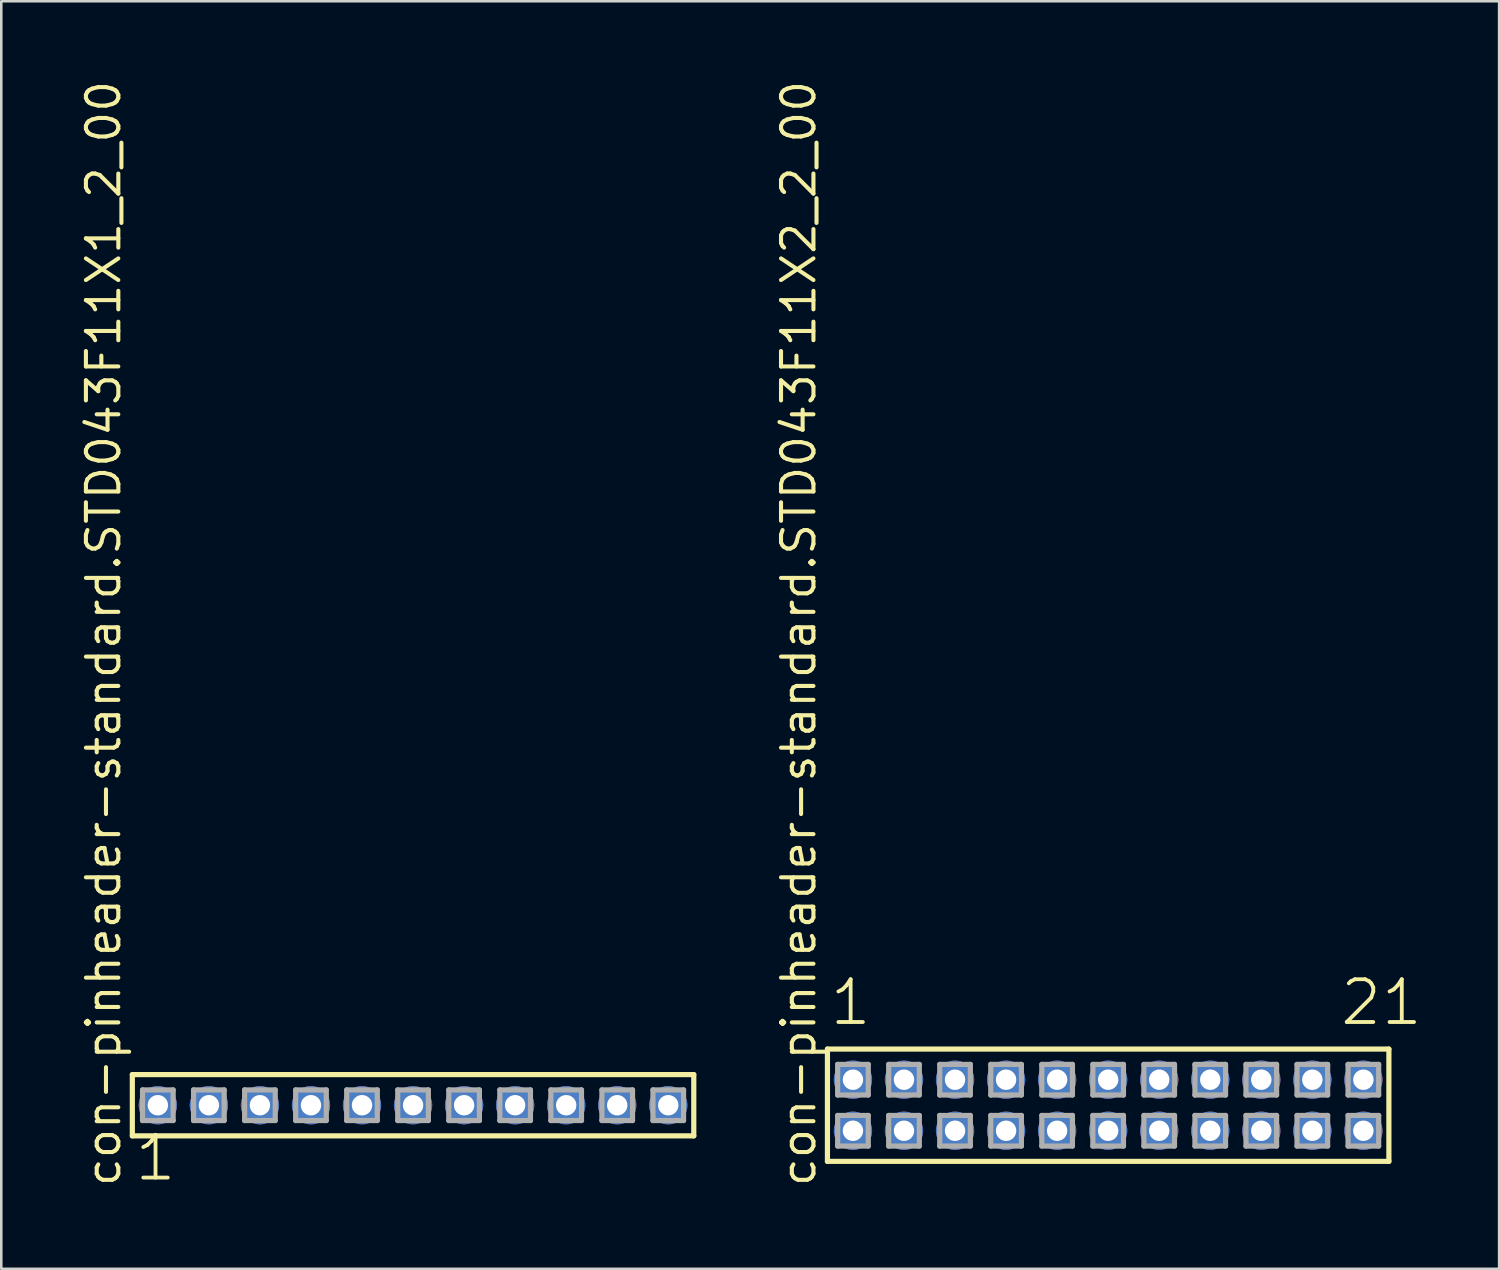
<source format=kicad_pcb>
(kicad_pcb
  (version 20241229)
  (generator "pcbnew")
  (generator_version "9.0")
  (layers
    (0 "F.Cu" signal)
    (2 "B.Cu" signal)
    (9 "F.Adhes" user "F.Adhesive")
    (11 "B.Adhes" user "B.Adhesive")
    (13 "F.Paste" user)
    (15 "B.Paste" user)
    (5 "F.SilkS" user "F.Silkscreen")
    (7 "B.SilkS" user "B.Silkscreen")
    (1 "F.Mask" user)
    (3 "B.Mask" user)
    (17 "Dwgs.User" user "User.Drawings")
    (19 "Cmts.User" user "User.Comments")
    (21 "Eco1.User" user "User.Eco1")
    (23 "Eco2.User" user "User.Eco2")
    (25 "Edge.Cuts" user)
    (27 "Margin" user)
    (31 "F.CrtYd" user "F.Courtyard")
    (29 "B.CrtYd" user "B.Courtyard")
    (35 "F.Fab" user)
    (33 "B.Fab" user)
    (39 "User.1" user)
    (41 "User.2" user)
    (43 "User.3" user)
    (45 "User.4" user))
  (footprint "con-pinheader-standard.STD043F11X1_2_00"
    (layer "F.Cu")
    (at 13.135 40.257)
    (property "Reference" "con-pinheader-standard.STD043F11X1_2_00" (at -11.385 3.27 90) (layer "F.SilkS") (effects (font (size 1.27 1.27) (thickness 0.16)) (justify left bottom)))
    (attr through_hole)
    (fp_line (start -11 -1.2) (end 11 -1.2) (stroke (width 0.203) (type default)) (layer "F.SilkS"))
    (fp_line (start -11 1.2) (end -11 -1.2) (stroke (width 0.203) (type default)) (layer "F.SilkS"))
    (fp_line (start 11 -1.2) (end 11 1.2) (stroke (width 0.203) (type default)) (layer "F.SilkS"))
    (fp_line (start 11 1.2) (end -11 1.2) (stroke (width 0.203) (type default)) (layer "F.SilkS"))
    (fp_line (start -10.6 -0.6) (end -9.4 -0.6) (stroke (width 0.203) (type default)) (layer "F.Fab"))
    (fp_line (start -10.6 0.6) (end -10.6 -0.6) (stroke (width 0.203) (type default)) (layer "F.Fab"))
    (fp_line (start -9.4 -0.6) (end -9.4 0.6) (stroke (width 0.203) (type default)) (layer "F.Fab"))
    (fp_line (start -9.4 0.6) (end -10.6 0.6) (stroke (width 0.203) (type default)) (layer "F.Fab"))
    (fp_line (start -8.6 -0.6) (end -7.4 -0.6) (stroke (width 0.203) (type default)) (layer "F.Fab"))
    (fp_line (start -8.6 0.6) (end -8.6 -0.6) (stroke (width 0.203) (type default)) (layer "F.Fab"))
    (fp_line (start -7.4 -0.6) (end -7.4 0.6) (stroke (width 0.203) (type default)) (layer "F.Fab"))
    (fp_line (start -7.4 0.6) (end -8.6 0.6) (stroke (width 0.203) (type default)) (layer "F.Fab"))
    (fp_line (start -6.6 -0.6) (end -5.4 -0.6) (stroke (width 0.203) (type default)) (layer "F.Fab"))
    (fp_line (start -6.6 0.6) (end -6.6 -0.6) (stroke (width 0.203) (type default)) (layer "F.Fab"))
    (fp_line (start -5.4 -0.6) (end -5.4 0.6) (stroke (width 0.203) (type default)) (layer "F.Fab"))
    (fp_line (start -5.4 0.6) (end -6.6 0.6) (stroke (width 0.203) (type default)) (layer "F.Fab"))
    (fp_line (start -4.6 -0.6) (end -3.4 -0.6) (stroke (width 0.203) (type default)) (layer "F.Fab"))
    (fp_line (start -4.6 0.6) (end -4.6 -0.6) (stroke (width 0.203) (type default)) (layer "F.Fab"))
    (fp_line (start -3.4 -0.6) (end -3.4 0.6) (stroke (width 0.203) (type default)) (layer "F.Fab"))
    (fp_line (start -3.4 0.6) (end -4.6 0.6) (stroke (width 0.203) (type default)) (layer "F.Fab"))
    (fp_line (start -2.6 -0.6) (end -1.4 -0.6) (stroke (width 0.203) (type default)) (layer "F.Fab"))
    (fp_line (start -2.6 0.6) (end -2.6 -0.6) (stroke (width 0.203) (type default)) (layer "F.Fab"))
    (fp_line (start -1.4 -0.6) (end -1.4 0.6) (stroke (width 0.203) (type default)) (layer "F.Fab"))
    (fp_line (start -1.4 0.6) (end -2.6 0.6) (stroke (width 0.203) (type default)) (layer "F.Fab"))
    (fp_line (start -0.6 -0.6) (end 0.6 -0.6) (stroke (width 0.203) (type default)) (layer "F.Fab"))
    (fp_line (start -0.6 0.6) (end -0.6 -0.6) (stroke (width 0.203) (type default)) (layer "F.Fab"))
    (fp_line (start 0.6 -0.6) (end 0.6 0.6) (stroke (width 0.203) (type default)) (layer "F.Fab"))
    (fp_line (start 0.6 0.6) (end -0.6 0.6) (stroke (width 0.203) (type default)) (layer "F.Fab"))
    (fp_line (start 1.4 -0.6) (end 2.6 -0.6) (stroke (width 0.203) (type default)) (layer "F.Fab"))
    (fp_line (start 1.4 0.6) (end 1.4 -0.6) (stroke (width 0.203) (type default)) (layer "F.Fab"))
    (fp_line (start 2.6 -0.6) (end 2.6 0.6) (stroke (width 0.203) (type default)) (layer "F.Fab"))
    (fp_line (start 2.6 0.6) (end 1.4 0.6) (stroke (width 0.203) (type default)) (layer "F.Fab"))
    (fp_line (start 3.4 -0.6) (end 4.6 -0.6) (stroke (width 0.203) (type default)) (layer "F.Fab"))
    (fp_line (start 3.4 0.6) (end 3.4 -0.6) (stroke (width 0.203) (type default)) (layer "F.Fab"))
    (fp_line (start 4.6 -0.6) (end 4.6 0.6) (stroke (width 0.203) (type default)) (layer "F.Fab"))
    (fp_line (start 4.6 0.6) (end 3.4 0.6) (stroke (width 0.203) (type default)) (layer "F.Fab"))
    (fp_line (start 5.4 -0.6) (end 6.6 -0.6) (stroke (width 0.203) (type default)) (layer "F.Fab"))
    (fp_line (start 5.4 0.6) (end 5.4 -0.6) (stroke (width 0.203) (type default)) (layer "F.Fab"))
    (fp_line (start 6.6 -0.6) (end 6.6 0.6) (stroke (width 0.203) (type default)) (layer "F.Fab"))
    (fp_line (start 6.6 0.6) (end 5.4 0.6) (stroke (width 0.203) (type default)) (layer "F.Fab"))
    (fp_line (start 7.4 -0.6) (end 8.6 -0.6) (stroke (width 0.203) (type default)) (layer "F.Fab"))
    (fp_line (start 7.4 0.6) (end 7.4 -0.6) (stroke (width 0.203) (type default)) (layer "F.Fab"))
    (fp_line (start 8.6 -0.6) (end 8.6 0.6) (stroke (width 0.203) (type default)) (layer "F.Fab"))
    (fp_line (start 8.6 0.6) (end 7.4 0.6) (stroke (width 0.203) (type default)) (layer "F.Fab"))
    (fp_line (start 9.4 -0.6) (end 10.6 -0.6) (stroke (width 0.203) (type default)) (layer "F.Fab"))
    (fp_line (start 9.4 0.6) (end 9.4 -0.6) (stroke (width 0.203) (type default)) (layer "F.Fab"))
    (fp_line (start 10.6 -0.6) (end 10.6 0.6) (stroke (width 0.203) (type default)) (layer "F.Fab"))
    (fp_line (start 10.6 0.6) (end 9.4 0.6) (stroke (width 0.203) (type default)) (layer "F.Fab"))
    (fp_text user "1" (at -10.988 3.048 0) (layer "F.SilkS") (effects (font (size 1.676 1.676) (thickness 0.15)) (justify left bottom)))
    (pad "1" thru_hole circle (at -10 0) (size 1.5 1.5) (drill 0.8) (layers "*.Cu" "*.Mask"))
    (pad "2" thru_hole circle (at -8 0) (size 1.5 1.5) (drill 0.8) (layers "*.Cu" "*.Mask"))
    (pad "3" thru_hole circle (at -6 0) (size 1.5 1.5) (drill 0.8) (layers "*.Cu" "*.Mask"))
    (pad "4" thru_hole circle (at -4 0) (size 1.5 1.5) (drill 0.8) (layers "*.Cu" "*.Mask"))
    (pad "5" thru_hole circle (at -2 0) (size 1.5 1.5) (drill 0.8) (layers "*.Cu" "*.Mask"))
    (pad "6" thru_hole circle (at 0 0) (size 1.5 1.5) (drill 0.8) (layers "*.Cu" "*.Mask"))
    (pad "7" thru_hole circle (at 2 0) (size 1.5 1.5) (drill 0.8) (layers "*.Cu" "*.Mask"))
    (pad "8" thru_hole circle (at 4 0) (size 1.5 1.5) (drill 0.8) (layers "*.Cu" "*.Mask"))
    (pad "9" thru_hole circle (at 6 0) (size 1.5 1.5) (drill 0.8) (layers "*.Cu" "*.Mask"))
    (pad "10" thru_hole circle (at 8 0) (size 1.5 1.5) (drill 0.8) (layers "*.Cu" "*.Mask"))
    (pad "11" thru_hole circle (at 10 0) (size 1.5 1.5) (drill 0.8) (layers "*.Cu" "*.Mask")))
  (footprint "con-pinheader-standard.STD043F11X2_2_00"
    (layer "F.Cu")
    (at 40.372 40.257)
    (property "Reference" "con-pinheader-standard.STD043F11X2_2_00" (at -11.385 3.27 90) (layer "F.SilkS") (effects (font (size 1.27 1.27) (thickness 0.16)) (justify left bottom)))
    (attr through_hole)
    (fp_line (start -11 -2.2) (end 11 -2.2) (stroke (width 0.203) (type default)) (layer "F.SilkS"))
    (fp_line (start -11 2.2) (end -11 -2.2) (stroke (width 0.203) (type default)) (layer "F.SilkS"))
    (fp_line (start 11 -2.2) (end 11 2.2) (stroke (width 0.203) (type default)) (layer "F.SilkS"))
    (fp_line (start 11 2.2) (end -11 2.2) (stroke (width 0.203) (type default)) (layer "F.SilkS"))
    (fp_line (start -10.6 -1.6) (end -9.4 -1.6) (stroke (width 0.203) (type default)) (layer "F.Fab"))
    (fp_line (start -10.6 -0.4) (end -10.6 -1.6) (stroke (width 0.203) (type default)) (layer "F.Fab"))
    (fp_line (start -10.6 0.4) (end -9.4 0.4) (stroke (width 0.203) (type default)) (layer "F.Fab"))
    (fp_line (start -10.6 1.6) (end -10.6 0.4) (stroke (width 0.203) (type default)) (layer "F.Fab"))
    (fp_line (start -9.4 -1.6) (end -9.4 -0.4) (stroke (width 0.203) (type default)) (layer "F.Fab"))
    (fp_line (start -9.4 -0.4) (end -10.6 -0.4) (stroke (width 0.203) (type default)) (layer "F.Fab"))
    (fp_line (start -9.4 0.4) (end -9.4 1.6) (stroke (width 0.203) (type default)) (layer "F.Fab"))
    (fp_line (start -9.4 1.6) (end -10.6 1.6) (stroke (width 0.203) (type default)) (layer "F.Fab"))
    (fp_line (start -8.6 -1.6) (end -7.4 -1.6) (stroke (width 0.203) (type default)) (layer "F.Fab"))
    (fp_line (start -8.6 -0.4) (end -8.6 -1.6) (stroke (width 0.203) (type default)) (layer "F.Fab"))
    (fp_line (start -8.6 0.4) (end -7.4 0.4) (stroke (width 0.203) (type default)) (layer "F.Fab"))
    (fp_line (start -8.6 1.6) (end -8.6 0.4) (stroke (width 0.203) (type default)) (layer "F.Fab"))
    (fp_line (start -7.4 -1.6) (end -7.4 -0.4) (stroke (width 0.203) (type default)) (layer "F.Fab"))
    (fp_line (start -7.4 -0.4) (end -8.6 -0.4) (stroke (width 0.203) (type default)) (layer "F.Fab"))
    (fp_line (start -7.4 0.4) (end -7.4 1.6) (stroke (width 0.203) (type default)) (layer "F.Fab"))
    (fp_line (start -7.4 1.6) (end -8.6 1.6) (stroke (width 0.203) (type default)) (layer "F.Fab"))
    (fp_line (start -6.6 -1.6) (end -5.4 -1.6) (stroke (width 0.203) (type default)) (layer "F.Fab"))
    (fp_line (start -6.6 -0.4) (end -6.6 -1.6) (stroke (width 0.203) (type default)) (layer "F.Fab"))
    (fp_line (start -6.6 0.4) (end -5.4 0.4) (stroke (width 0.203) (type default)) (layer "F.Fab"))
    (fp_line (start -6.6 1.6) (end -6.6 0.4) (stroke (width 0.203) (type default)) (layer "F.Fab"))
    (fp_line (start -5.4 -1.6) (end -5.4 -0.4) (stroke (width 0.203) (type default)) (layer "F.Fab"))
    (fp_line (start -5.4 -0.4) (end -6.6 -0.4) (stroke (width 0.203) (type default)) (layer "F.Fab"))
    (fp_line (start -5.4 0.4) (end -5.4 1.6) (stroke (width 0.203) (type default)) (layer "F.Fab"))
    (fp_line (start -5.4 1.6) (end -6.6 1.6) (stroke (width 0.203) (type default)) (layer "F.Fab"))
    (fp_line (start -4.6 -1.6) (end -3.4 -1.6) (stroke (width 0.203) (type default)) (layer "F.Fab"))
    (fp_line (start -4.6 -0.4) (end -4.6 -1.6) (stroke (width 0.203) (type default)) (layer "F.Fab"))
    (fp_line (start -4.6 0.4) (end -3.4 0.4) (stroke (width 0.203) (type default)) (layer "F.Fab"))
    (fp_line (start -4.6 1.6) (end -4.6 0.4) (stroke (width 0.203) (type default)) (layer "F.Fab"))
    (fp_line (start -3.4 -1.6) (end -3.4 -0.4) (stroke (width 0.203) (type default)) (layer "F.Fab"))
    (fp_line (start -3.4 -0.4) (end -4.6 -0.4) (stroke (width 0.203) (type default)) (layer "F.Fab"))
    (fp_line (start -3.4 0.4) (end -3.4 1.6) (stroke (width 0.203) (type default)) (layer "F.Fab"))
    (fp_line (start -3.4 1.6) (end -4.6 1.6) (stroke (width 0.203) (type default)) (layer "F.Fab"))
    (fp_line (start -2.6 -1.6) (end -1.4 -1.6) (stroke (width 0.203) (type default)) (layer "F.Fab"))
    (fp_line (start -2.6 -0.4) (end -2.6 -1.6) (stroke (width 0.203) (type default)) (layer "F.Fab"))
    (fp_line (start -2.6 0.4) (end -1.4 0.4) (stroke (width 0.203) (type default)) (layer "F.Fab"))
    (fp_line (start -2.6 1.6) (end -2.6 0.4) (stroke (width 0.203) (type default)) (layer "F.Fab"))
    (fp_line (start -1.4 -1.6) (end -1.4 -0.4) (stroke (width 0.203) (type default)) (layer "F.Fab"))
    (fp_line (start -1.4 -0.4) (end -2.6 -0.4) (stroke (width 0.203) (type default)) (layer "F.Fab"))
    (fp_line (start -1.4 0.4) (end -1.4 1.6) (stroke (width 0.203) (type default)) (layer "F.Fab"))
    (fp_line (start -1.4 1.6) (end -2.6 1.6) (stroke (width 0.203) (type default)) (layer "F.Fab"))
    (fp_line (start -0.6 -1.6) (end 0.6 -1.6) (stroke (width 0.203) (type default)) (layer "F.Fab"))
    (fp_line (start -0.6 -0.4) (end -0.6 -1.6) (stroke (width 0.203) (type default)) (layer "F.Fab"))
    (fp_line (start -0.6 0.4) (end 0.6 0.4) (stroke (width 0.203) (type default)) (layer "F.Fab"))
    (fp_line (start -0.6 1.6) (end -0.6 0.4) (stroke (width 0.203) (type default)) (layer "F.Fab"))
    (fp_line (start 0.6 -1.6) (end 0.6 -0.4) (stroke (width 0.203) (type default)) (layer "F.Fab"))
    (fp_line (start 0.6 -0.4) (end -0.6 -0.4) (stroke (width 0.203) (type default)) (layer "F.Fab"))
    (fp_line (start 0.6 0.4) (end 0.6 1.6) (stroke (width 0.203) (type default)) (layer "F.Fab"))
    (fp_line (start 0.6 1.6) (end -0.6 1.6) (stroke (width 0.203) (type default)) (layer "F.Fab"))
    (fp_line (start 1.4 -1.6) (end 2.6 -1.6) (stroke (width 0.203) (type default)) (layer "F.Fab"))
    (fp_line (start 1.4 -0.4) (end 1.4 -1.6) (stroke (width 0.203) (type default)) (layer "F.Fab"))
    (fp_line (start 1.4 0.4) (end 2.6 0.4) (stroke (width 0.203) (type default)) (layer "F.Fab"))
    (fp_line (start 1.4 1.6) (end 1.4 0.4) (stroke (width 0.203) (type default)) (layer "F.Fab"))
    (fp_line (start 2.6 -1.6) (end 2.6 -0.4) (stroke (width 0.203) (type default)) (layer "F.Fab"))
    (fp_line (start 2.6 -0.4) (end 1.4 -0.4) (stroke (width 0.203) (type default)) (layer "F.Fab"))
    (fp_line (start 2.6 0.4) (end 2.6 1.6) (stroke (width 0.203) (type default)) (layer "F.Fab"))
    (fp_line (start 2.6 1.6) (end 1.4 1.6) (stroke (width 0.203) (type default)) (layer "F.Fab"))
    (fp_line (start 3.4 -1.6) (end 4.6 -1.6) (stroke (width 0.203) (type default)) (layer "F.Fab"))
    (fp_line (start 3.4 -0.4) (end 3.4 -1.6) (stroke (width 0.203) (type default)) (layer "F.Fab"))
    (fp_line (start 3.4 0.4) (end 4.6 0.4) (stroke (width 0.203) (type default)) (layer "F.Fab"))
    (fp_line (start 3.4 1.6) (end 3.4 0.4) (stroke (width 0.203) (type default)) (layer "F.Fab"))
    (fp_line (start 4.6 -1.6) (end 4.6 -0.4) (stroke (width 0.203) (type default)) (layer "F.Fab"))
    (fp_line (start 4.6 -0.4) (end 3.4 -0.4) (stroke (width 0.203) (type default)) (layer "F.Fab"))
    (fp_line (start 4.6 0.4) (end 4.6 1.6) (stroke (width 0.203) (type default)) (layer "F.Fab"))
    (fp_line (start 4.6 1.6) (end 3.4 1.6) (stroke (width 0.203) (type default)) (layer "F.Fab"))
    (fp_line (start 5.4 -1.6) (end 6.6 -1.6) (stroke (width 0.203) (type default)) (layer "F.Fab"))
    (fp_line (start 5.4 -0.4) (end 5.4 -1.6) (stroke (width 0.203) (type default)) (layer "F.Fab"))
    (fp_line (start 5.4 0.4) (end 6.6 0.4) (stroke (width 0.203) (type default)) (layer "F.Fab"))
    (fp_line (start 5.4 1.6) (end 5.4 0.4) (stroke (width 0.203) (type default)) (layer "F.Fab"))
    (fp_line (start 6.6 -1.6) (end 6.6 -0.4) (stroke (width 0.203) (type default)) (layer "F.Fab"))
    (fp_line (start 6.6 -0.4) (end 5.4 -0.4) (stroke (width 0.203) (type default)) (layer "F.Fab"))
    (fp_line (start 6.6 0.4) (end 6.6 1.6) (stroke (width 0.203) (type default)) (layer "F.Fab"))
    (fp_line (start 6.6 1.6) (end 5.4 1.6) (stroke (width 0.203) (type default)) (layer "F.Fab"))
    (fp_line (start 7.4 -1.6) (end 8.6 -1.6) (stroke (width 0.203) (type default)) (layer "F.Fab"))
    (fp_line (start 7.4 -0.4) (end 7.4 -1.6) (stroke (width 0.203) (type default)) (layer "F.Fab"))
    (fp_line (start 7.4 0.4) (end 8.6 0.4) (stroke (width 0.203) (type default)) (layer "F.Fab"))
    (fp_line (start 7.4 1.6) (end 7.4 0.4) (stroke (width 0.203) (type default)) (layer "F.Fab"))
    (fp_line (start 8.6 -1.6) (end 8.6 -0.4) (stroke (width 0.203) (type default)) (layer "F.Fab"))
    (fp_line (start 8.6 -0.4) (end 7.4 -0.4) (stroke (width 0.203) (type default)) (layer "F.Fab"))
    (fp_line (start 8.6 0.4) (end 8.6 1.6) (stroke (width 0.203) (type default)) (layer "F.Fab"))
    (fp_line (start 8.6 1.6) (end 7.4 1.6) (stroke (width 0.203) (type default)) (layer "F.Fab"))
    (fp_line (start 9.4 -1.6) (end 10.6 -1.6) (stroke (width 0.203) (type default)) (layer "F.Fab"))
    (fp_line (start 9.4 -0.4) (end 9.4 -1.6) (stroke (width 0.203) (type default)) (layer "F.Fab"))
    (fp_line (start 9.4 0.4) (end 10.6 0.4) (stroke (width 0.203) (type default)) (layer "F.Fab"))
    (fp_line (start 9.4 1.6) (end 9.4 0.4) (stroke (width 0.203) (type default)) (layer "F.Fab"))
    (fp_line (start 10.6 -1.6) (end 10.6 -0.4) (stroke (width 0.203) (type default)) (layer "F.Fab"))
    (fp_line (start 10.6 -0.4) (end 9.4 -0.4) (stroke (width 0.203) (type default)) (layer "F.Fab"))
    (fp_line (start 10.6 0.4) (end 10.6 1.6) (stroke (width 0.203) (type default)) (layer "F.Fab"))
    (fp_line (start 10.6 1.6) (end 9.4 1.6) (stroke (width 0.203) (type default)) (layer "F.Fab"))
    (fp_text user "1" (at -10.988 -3.048 0) (layer "F.SilkS") (effects (font (size 1.676 1.676) (thickness 0.15)) (justify left bottom)))
    (fp_text user "21" (at 9.012 -3.048 0) (layer "F.SilkS") (effects (font (size 1.676 1.676) (thickness 0.15)) (justify left bottom)))
    (pad "1" thru_hole circle (at -10 -1) (size 1.5 1.5) (drill 0.8) (layers "*.Cu" "*.Mask"))
    (pad "2" thru_hole circle (at -10 1) (size 1.5 1.5) (drill 0.8) (layers "*.Cu" "*.Mask"))
    (pad "3" thru_hole circle (at -8 -1) (size 1.5 1.5) (drill 0.8) (layers "*.Cu" "*.Mask"))
    (pad "4" thru_hole circle (at -8 1) (size 1.5 1.5) (drill 0.8) (layers "*.Cu" "*.Mask"))
    (pad "5" thru_hole circle (at -6 -1) (size 1.5 1.5) (drill 0.8) (layers "*.Cu" "*.Mask"))
    (pad "6" thru_hole circle (at -6 1) (size 1.5 1.5) (drill 0.8) (layers "*.Cu" "*.Mask"))
    (pad "7" thru_hole circle (at -4 -1) (size 1.5 1.5) (drill 0.8) (layers "*.Cu" "*.Mask"))
    (pad "8" thru_hole circle (at -4 1) (size 1.5 1.5) (drill 0.8) (layers "*.Cu" "*.Mask"))
    (pad "9" thru_hole circle (at -2 -1) (size 1.5 1.5) (drill 0.8) (layers "*.Cu" "*.Mask"))
    (pad "10" thru_hole circle (at -2 1) (size 1.5 1.5) (drill 0.8) (layers "*.Cu" "*.Mask"))
    (pad "11" thru_hole circle (at 0 -1) (size 1.5 1.5) (drill 0.8) (layers "*.Cu" "*.Mask"))
    (pad "12" thru_hole circle (at 0 1) (size 1.5 1.5) (drill 0.8) (layers "*.Cu" "*.Mask"))
    (pad "13" thru_hole circle (at 2 -1) (size 1.5 1.5) (drill 0.8) (layers "*.Cu" "*.Mask"))
    (pad "14" thru_hole circle (at 2 1) (size 1.5 1.5) (drill 0.8) (layers "*.Cu" "*.Mask"))
    (pad "15" thru_hole circle (at 4 -1) (size 1.5 1.5) (drill 0.8) (layers "*.Cu" "*.Mask"))
    (pad "16" thru_hole circle (at 4 1) (size 1.5 1.5) (drill 0.8) (layers "*.Cu" "*.Mask"))
    (pad "17" thru_hole circle (at 6 -1) (size 1.5 1.5) (drill 0.8) (layers "*.Cu" "*.Mask"))
    (pad "18" thru_hole circle (at 6 1) (size 1.5 1.5) (drill 0.8) (layers "*.Cu" "*.Mask"))
    (pad "19" thru_hole circle (at 8 -1) (size 1.5 1.5) (drill 0.8) (layers "*.Cu" "*.Mask"))
    (pad "20" thru_hole circle (at 8 1) (size 1.5 1.5) (drill 0.8) (layers "*.Cu" "*.Mask"))
    (pad "21" thru_hole circle (at 10 -1) (size 1.5 1.5) (drill 0.8) (layers "*.Cu" "*.Mask"))
    (pad "22" thru_hole circle (at 10 1) (size 1.5 1.5) (drill 0.8) (layers "*.Cu" "*.Mask")))
  (gr_rect
    (start -3 -3)
    (end 55.691 46.666)
    (stroke (width 0.1) (type default))
    (fill no)
    (layer "Edge.Cuts")))
</source>
